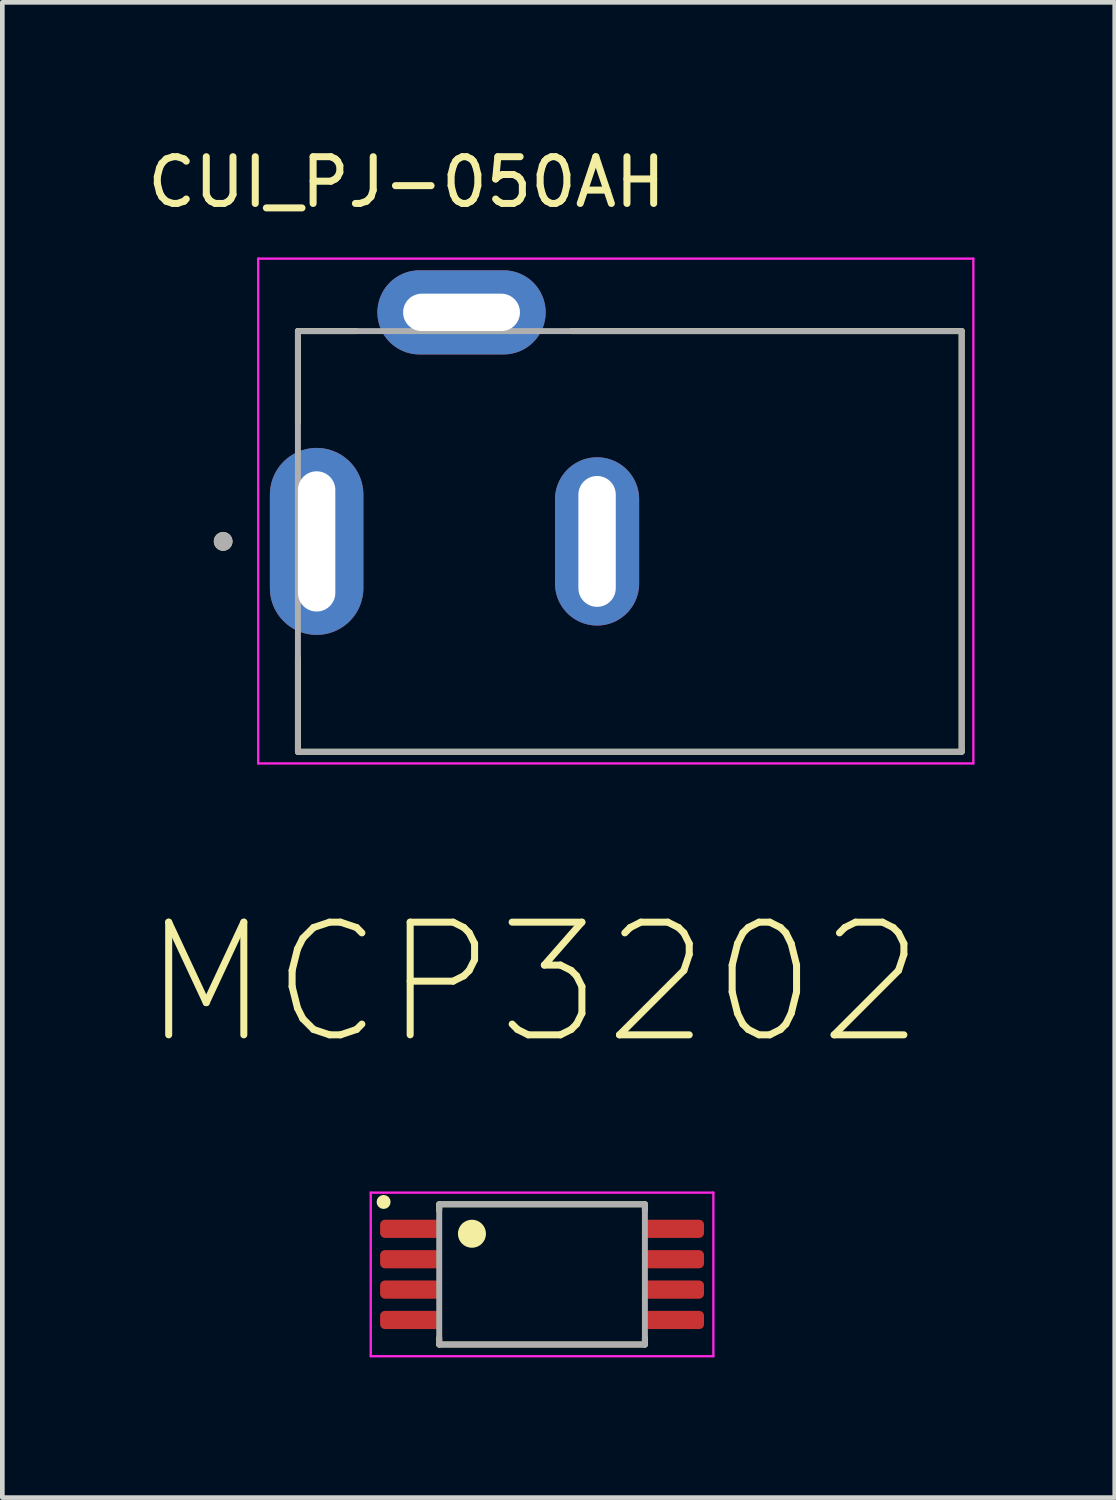
<source format=kicad_pcb>
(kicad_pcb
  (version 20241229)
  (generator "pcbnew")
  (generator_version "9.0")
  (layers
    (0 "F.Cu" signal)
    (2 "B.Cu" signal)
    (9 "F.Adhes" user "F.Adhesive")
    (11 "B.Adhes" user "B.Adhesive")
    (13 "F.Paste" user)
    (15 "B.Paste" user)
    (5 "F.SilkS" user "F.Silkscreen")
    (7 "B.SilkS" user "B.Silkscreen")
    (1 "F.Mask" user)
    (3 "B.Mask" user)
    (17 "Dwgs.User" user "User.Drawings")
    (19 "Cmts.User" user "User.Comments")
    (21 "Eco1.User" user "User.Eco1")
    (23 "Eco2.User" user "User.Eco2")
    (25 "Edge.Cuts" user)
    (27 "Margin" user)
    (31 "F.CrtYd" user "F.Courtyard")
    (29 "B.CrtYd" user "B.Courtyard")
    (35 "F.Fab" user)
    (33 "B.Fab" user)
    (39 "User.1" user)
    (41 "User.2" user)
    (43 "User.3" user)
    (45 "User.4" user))
  (footprint "MCP3202"
    (layer "F.Cu")
    (at 8.547 24.215)
    (property "Reference" "MCP3202" (at -0.181 -6.233 0) (layer "F.SilkS") (effects (font (size 2.411 2.411) (thickness 0.15))))
    (attr smd)
    (fp_line (start -2.2 -1.5) (end 2.2 -1.5) (stroke (width 0.127) (type solid)) (layer "F.SilkS"))
    (fp_line (start -2.2 -1.37) (end -2.2 -1.5) (stroke (width 0.127) (type solid)) (layer "F.SilkS"))
    (fp_line (start -2.2 1.36) (end -2.2 1.5) (stroke (width 0.127) (type solid)) (layer "F.SilkS"))
    (fp_line (start -2.2 1.5) (end 2.2 1.5) (stroke (width 0.127) (type solid)) (layer "F.SilkS"))
    (fp_line (start 2.2 -1.5) (end 2.2 -1.37) (stroke (width 0.127) (type solid)) (layer "F.SilkS"))
    (fp_line (start 2.2 1.5) (end 2.2 1.36) (stroke (width 0.127) (type solid)) (layer "F.SilkS"))
    (fp_circle (center -3.39 -1.55) (end -3.315 -1.55) (stroke (width 0.15) (type solid)) (fill no) (layer "F.SilkS"))
    (fp_circle (center -1.5 -0.87) (end -1.35 -0.87) (stroke (width 0.3) (type solid)) (fill no) (layer "F.SilkS"))
    (fp_line (start -3.665 -1.75) (end 3.665 -1.75) (stroke (width 0.05) (type solid)) (layer "F.CrtYd"))
    (fp_line (start -3.665 1.75) (end -3.665 -1.75) (stroke (width 0.05) (type solid)) (layer "F.CrtYd"))
    (fp_line (start 3.665 -1.75) (end 3.665 1.75) (stroke (width 0.05) (type solid)) (layer "F.CrtYd"))
    (fp_line (start 3.665 1.75) (end -3.665 1.75) (stroke (width 0.05) (type solid)) (layer "F.CrtYd"))
    (fp_line (start -2.2 -1.5) (end 2.2 -1.5) (stroke (width 0.127) (type solid)) (layer "F.Fab"))
    (fp_line (start -2.2 1.5) (end -2.2 -1.5) (stroke (width 0.127) (type solid)) (layer "F.Fab"))
    (fp_line (start 2.2 -1.5) (end 2.2 1.5) (stroke (width 0.127) (type solid)) (layer "F.Fab"))
    (fp_line (start 2.2 1.5) (end -2.2 1.5) (stroke (width 0.127) (type solid)) (layer "F.Fab"))
    (pad "1" smd roundrect (at -2.82 -0.975) (size 1.29 0.39) (layers "F.Cu" "F.Mask" "F.Paste") (roundrect_rratio 0.265))
    (pad "2" smd roundrect (at -2.82 -0.325) (size 1.29 0.39) (layers "F.Cu" "F.Mask" "F.Paste") (roundrect_rratio 0.265))
    (pad "3" smd roundrect (at -2.82 0.325) (size 1.29 0.39) (layers "F.Cu" "F.Mask" "F.Paste") (roundrect_rratio 0.265))
    (pad "4" smd roundrect (at -2.82 0.975) (size 1.29 0.39) (layers "F.Cu" "F.Mask" "F.Paste") (roundrect_rratio 0.265))
    (pad "5" smd roundrect (at 2.82 0.975) (size 1.29 0.39) (layers "F.Cu" "F.Mask" "F.Paste") (roundrect_rratio 0.265))
    (pad "6" smd roundrect (at 2.82 0.325) (size 1.29 0.39) (layers "F.Cu" "F.Mask" "F.Paste") (roundrect_rratio 0.265))
    (pad "7" smd roundrect (at 2.82 -0.325) (size 1.29 0.39) (layers "F.Cu" "F.Mask" "F.Paste") (roundrect_rratio 0.265))
    (pad "8" smd roundrect (at 2.82 -0.975) (size 1.29 0.39) (layers "F.Cu" "F.Mask" "F.Paste") (roundrect_rratio 0.265)))
  (footprint "CUI_PJ-050AH"
    (layer "F.Cu")
    (at 3.724 8.533)
    (property "Reference" "CUI_PJ-050AH" (at 1.925 -7.685 0) (layer "F.SilkS") (effects (font (size 1 1) (thickness 0.15))))
    (attr through_hole)
    (fp_line (start -0.4 -4.5) (end 0.85 -4.5) (stroke (width 0.127) (type solid)) (layer "F.SilkS"))
    (fp_line (start -0.4 -2.55) (end -0.4 -4.5) (stroke (width 0.127) (type solid)) (layer "F.SilkS"))
    (fp_line (start -0.4 4.5) (end -0.4 2.5) (stroke (width 0.127) (type solid)) (layer "F.SilkS"))
    (fp_line (start 5.45 -4.5) (end 13.8 -4.5) (stroke (width 0.127) (type solid)) (layer "F.SilkS"))
    (fp_line (start 13.8 -4.5) (end 13.8 4.5) (stroke (width 0.127) (type solid)) (layer "F.SilkS"))
    (fp_line (start 13.8 4.5) (end -0.4 4.5) (stroke (width 0.127) (type solid)) (layer "F.SilkS"))
    (fp_circle (center -2 0) (end -1.9 0) (stroke (width 0.2) (type solid)) (fill no) (layer "F.SilkS"))
    (fp_line (start -1.25 -6.05) (end -1.25 4.75) (stroke (width 0.05) (type solid)) (layer "F.CrtYd"))
    (fp_line (start -1.25 4.75) (end 14.05 4.75) (stroke (width 0.05) (type solid)) (layer "F.CrtYd"))
    (fp_line (start 14.05 -6.05) (end -1.25 -6.05) (stroke (width 0.05) (type solid)) (layer "F.CrtYd"))
    (fp_line (start 14.05 4.75) (end 14.05 -6.05) (stroke (width 0.05) (type solid)) (layer "F.CrtYd"))
    (fp_line (start -0.4 -4.5) (end 13.8 -4.5) (stroke (width 0.127) (type solid)) (layer "F.Fab"))
    (fp_line (start -0.4 4.5) (end -0.4 -4.5) (stroke (width 0.127) (type solid)) (layer "F.Fab"))
    (fp_line (start 13.8 -4.5) (end 13.8 4.5) (stroke (width 0.127) (type solid)) (layer "F.Fab"))
    (fp_line (start 13.8 4.5) (end -0.4 4.5) (stroke (width 0.127) (type solid)) (layer "F.Fab"))
    (fp_circle (center -2 0) (end -1.9 0) (stroke (width 0.2) (type solid)) (fill no) (layer "F.Fab"))
    (pad "1" thru_hole oval (at 0 0) (size 2 4) (drill oval 0.8 3) (layers "*.Cu" "*.Mask"))
    (pad "2" thru_hole oval (at 6 0) (size 1.8 3.6) (drill oval 0.8 2.8) (layers "*.Cu" "*.Mask"))
    (pad "3" thru_hole oval (at 3.1 -4.9) (size 3.6 1.8) (drill oval 2.5 0.8) (layers "*.Cu" "*.Mask")))
  (gr_rect
    (start -3 -3)
    (end 20.799 28.99)
    (stroke (width 0.1) (type default))
    (fill no)
    (layer "Edge.Cuts")))
</source>
